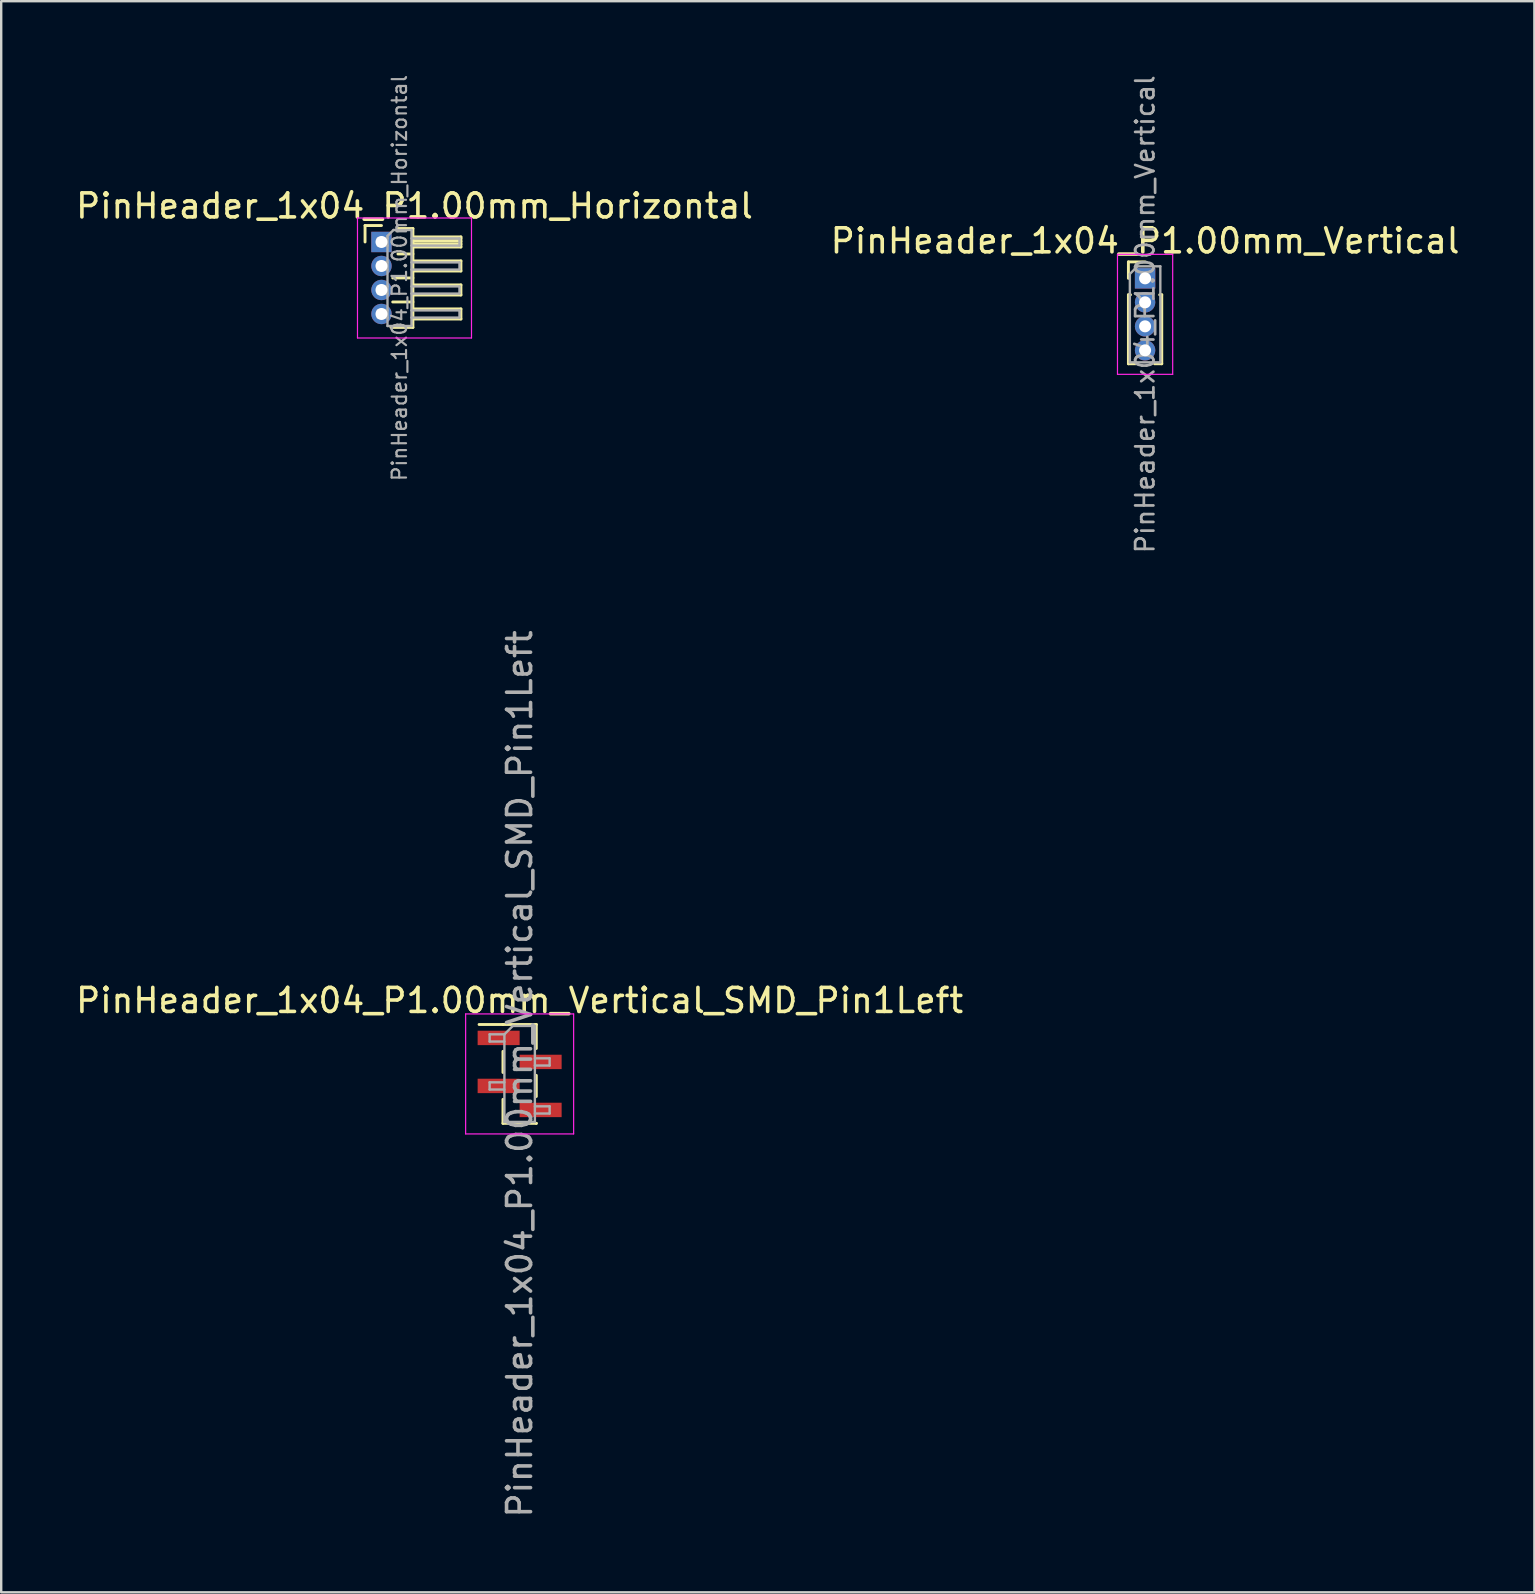
<source format=kicad_pcb>
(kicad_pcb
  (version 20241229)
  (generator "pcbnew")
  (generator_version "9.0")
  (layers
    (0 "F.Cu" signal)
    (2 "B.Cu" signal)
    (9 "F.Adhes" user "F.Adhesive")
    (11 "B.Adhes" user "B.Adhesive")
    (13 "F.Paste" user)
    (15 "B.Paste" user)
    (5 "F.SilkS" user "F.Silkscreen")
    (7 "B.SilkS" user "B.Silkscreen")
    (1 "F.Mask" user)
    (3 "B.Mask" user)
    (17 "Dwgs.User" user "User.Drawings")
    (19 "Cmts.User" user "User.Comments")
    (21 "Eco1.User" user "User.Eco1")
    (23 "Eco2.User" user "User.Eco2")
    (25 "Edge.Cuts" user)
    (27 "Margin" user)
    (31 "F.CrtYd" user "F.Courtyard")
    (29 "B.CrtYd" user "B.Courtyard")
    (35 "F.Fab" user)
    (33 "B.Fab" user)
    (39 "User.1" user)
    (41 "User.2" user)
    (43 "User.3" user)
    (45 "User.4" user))
  (footprint "PinHeader_1x04_P1.00mm_Horizontal"
    (layer "F.Cu")
    (at 12.845 7.032)
    (property "Reference" "PinHeader_1x04_P1.00mm_Horizontal" (at 1.375 -1.5 0) (layer "F.SilkS") (effects (font (size 1 1) (thickness 0.15))))
    (attr through_hole)
    (fp_line (start -0.685 -0.685) (end 0 -0.685) (stroke (width 0.12) (type solid)) (layer "F.SilkS"))
    (fp_line (start -0.685 0) (end -0.685 -0.685) (stroke (width 0.12) (type solid)) (layer "F.SilkS"))
    (fp_line (start 0.468 1.5) (end 1.31 1.5) (stroke (width 0.12) (type solid)) (layer "F.SilkS"))
    (fp_line (start 0.468 2.5) (end 1.31 2.5) (stroke (width 0.12) (type solid)) (layer "F.SilkS"))
    (fp_line (start 0.685 -0.56) (end 1.31 -0.56) (stroke (width 0.12) (type solid)) (layer "F.SilkS"))
    (fp_line (start 0.685 0.5) (end 1.31 0.5) (stroke (width 0.12) (type solid)) (layer "F.SilkS"))
    (fp_line (start 1.31 -0.56) (end 1.31 3.56) (stroke (width 0.12) (type solid)) (layer "F.SilkS"))
    (fp_line (start 1.31 -0.21) (end 3.31 -0.21) (stroke (width 0.12) (type solid)) (layer "F.SilkS"))
    (fp_line (start 1.31 -0.15) (end 3.31 -0.15) (stroke (width 0.12) (type solid)) (layer "F.SilkS"))
    (fp_line (start 1.31 -0.03) (end 3.31 -0.03) (stroke (width 0.12) (type solid)) (layer "F.SilkS"))
    (fp_line (start 1.31 0.09) (end 3.31 0.09) (stroke (width 0.12) (type solid)) (layer "F.SilkS"))
    (fp_line (start 1.31 0.79) (end 3.31 0.79) (stroke (width 0.12) (type solid)) (layer "F.SilkS"))
    (fp_line (start 1.31 1.79) (end 3.31 1.79) (stroke (width 0.12) (type solid)) (layer "F.SilkS"))
    (fp_line (start 1.31 2.79) (end 3.31 2.79) (stroke (width 0.12) (type solid)) (layer "F.SilkS"))
    (fp_line (start 1.31 3.56) (end 0.394 3.56) (stroke (width 0.12) (type solid)) (layer "F.SilkS"))
    (fp_line (start 3.31 -0.21) (end 3.31 0.21) (stroke (width 0.12) (type solid)) (layer "F.SilkS"))
    (fp_line (start 3.31 0.21) (end 1.31 0.21) (stroke (width 0.12) (type solid)) (layer "F.SilkS"))
    (fp_line (start 3.31 0.79) (end 3.31 1.21) (stroke (width 0.12) (type solid)) (layer "F.SilkS"))
    (fp_line (start 3.31 1.21) (end 1.31 1.21) (stroke (width 0.12) (type solid)) (layer "F.SilkS"))
    (fp_line (start 3.31 1.79) (end 3.31 2.21) (stroke (width 0.12) (type solid)) (layer "F.SilkS"))
    (fp_line (start 3.31 2.21) (end 1.31 2.21) (stroke (width 0.12) (type solid)) (layer "F.SilkS"))
    (fp_line (start 3.31 2.79) (end 3.31 3.21) (stroke (width 0.12) (type solid)) (layer "F.SilkS"))
    (fp_line (start 3.31 3.21) (end 1.31 3.21) (stroke (width 0.12) (type solid)) (layer "F.SilkS"))
    (fp_line (start -1 -1) (end -1 4) (stroke (width 0.05) (type solid)) (layer "F.CrtYd"))
    (fp_line (start -1 4) (end 3.75 4) (stroke (width 0.05) (type solid)) (layer "F.CrtYd"))
    (fp_line (start 3.75 -1) (end -1 -1) (stroke (width 0.05) (type solid)) (layer "F.CrtYd"))
    (fp_line (start 3.75 4) (end 3.75 -1) (stroke (width 0.05) (type solid)) (layer "F.CrtYd"))
    (fp_line (start -0.15 -0.15) (end -0.15 0.15) (stroke (width 0.1) (type solid)) (layer "F.Fab"))
    (fp_line (start -0.15 -0.15) (end 0.25 -0.15) (stroke (width 0.1) (type solid)) (layer "F.Fab"))
    (fp_line (start -0.15 0.15) (end 0.25 0.15) (stroke (width 0.1) (type solid)) (layer "F.Fab"))
    (fp_line (start -0.15 0.85) (end -0.15 1.15) (stroke (width 0.1) (type solid)) (layer "F.Fab"))
    (fp_line (start -0.15 0.85) (end 0.25 0.85) (stroke (width 0.1) (type solid)) (layer "F.Fab"))
    (fp_line (start -0.15 1.15) (end 0.25 1.15) (stroke (width 0.1) (type solid)) (layer "F.Fab"))
    (fp_line (start -0.15 1.85) (end -0.15 2.15) (stroke (width 0.1) (type solid)) (layer "F.Fab"))
    (fp_line (start -0.15 1.85) (end 0.25 1.85) (stroke (width 0.1) (type solid)) (layer "F.Fab"))
    (fp_line (start -0.15 2.15) (end 0.25 2.15) (stroke (width 0.1) (type solid)) (layer "F.Fab"))
    (fp_line (start -0.15 2.85) (end -0.15 3.15) (stroke (width 0.1) (type solid)) (layer "F.Fab"))
    (fp_line (start -0.15 2.85) (end 0.25 2.85) (stroke (width 0.1) (type solid)) (layer "F.Fab"))
    (fp_line (start -0.15 3.15) (end 0.25 3.15) (stroke (width 0.1) (type solid)) (layer "F.Fab"))
    (fp_line (start 0.25 -0.25) (end 0.5 -0.5) (stroke (width 0.1) (type solid)) (layer "F.Fab"))
    (fp_line (start 0.25 3.5) (end 0.25 -0.25) (stroke (width 0.1) (type solid)) (layer "F.Fab"))
    (fp_line (start 0.5 -0.5) (end 1.25 -0.5) (stroke (width 0.1) (type solid)) (layer "F.Fab"))
    (fp_line (start 1.25 -0.5) (end 1.25 3.5) (stroke (width 0.1) (type solid)) (layer "F.Fab"))
    (fp_line (start 1.25 -0.15) (end 3.25 -0.15) (stroke (width 0.1) (type solid)) (layer "F.Fab"))
    (fp_line (start 1.25 0.15) (end 3.25 0.15) (stroke (width 0.1) (type solid)) (layer "F.Fab"))
    (fp_line (start 1.25 0.85) (end 3.25 0.85) (stroke (width 0.1) (type solid)) (layer "F.Fab"))
    (fp_line (start 1.25 1.15) (end 3.25 1.15) (stroke (width 0.1) (type solid)) (layer "F.Fab"))
    (fp_line (start 1.25 1.85) (end 3.25 1.85) (stroke (width 0.1) (type solid)) (layer "F.Fab"))
    (fp_line (start 1.25 2.15) (end 3.25 2.15) (stroke (width 0.1) (type solid)) (layer "F.Fab"))
    (fp_line (start 1.25 2.85) (end 3.25 2.85) (stroke (width 0.1) (type solid)) (layer "F.Fab"))
    (fp_line (start 1.25 3.15) (end 3.25 3.15) (stroke (width 0.1) (type solid)) (layer "F.Fab"))
    (fp_line (start 1.25 3.5) (end 0.25 3.5) (stroke (width 0.1) (type solid)) (layer "F.Fab"))
    (fp_line (start 3.25 -0.15) (end 3.25 0.15) (stroke (width 0.1) (type solid)) (layer "F.Fab"))
    (fp_line (start 3.25 0.85) (end 3.25 1.15) (stroke (width 0.1) (type solid)) (layer "F.Fab"))
    (fp_line (start 3.25 1.85) (end 3.25 2.15) (stroke (width 0.1) (type solid)) (layer "F.Fab"))
    (fp_line (start 3.25 2.85) (end 3.25 3.15) (stroke (width 0.1) (type solid)) (layer "F.Fab"))
    (fp_text user "${REFERENCE}" (at 0.75 1.5 90) (layer "F.Fab") (effects (font (size 0.6 0.6) (thickness 0.09))))
    (pad "1" thru_hole rect (at 0 0) (size 0.85 0.85) (drill 0.5) (layers "*.Cu" "*.Mask"))
    (pad "2" thru_hole oval (at 0 1) (size 0.85 0.85) (drill 0.5) (layers "*.Cu" "*.Mask"))
    (pad "3" thru_hole oval (at 0 2) (size 0.85 0.85) (drill 0.5) (layers "*.Cu" "*.Mask"))
    (pad "4" thru_hole oval (at 0 3) (size 0.85 0.85) (drill 0.5) (layers "*.Cu" "*.Mask")))
  (footprint "PinHeader_1x04_P1.00mm_Vertical"
    (layer "F.Cu")
    (at 44.661 8.547)
    (property "Reference" "PinHeader_1x04_P1.00mm_Vertical" (at 0 -1.56 0) (layer "F.SilkS") (effects (font (size 1 1) (thickness 0.15))))
    (attr through_hole)
    (fp_line (start -0.695 -0.685) (end 0 -0.685) (stroke (width 0.12) (type solid)) (layer "F.SilkS"))
    (fp_line (start -0.695 0) (end -0.695 -0.685) (stroke (width 0.12) (type solid)) (layer "F.SilkS"))
    (fp_line (start -0.695 0.685) (end -0.695 3.56) (stroke (width 0.12) (type solid)) (layer "F.SilkS"))
    (fp_line (start -0.695 0.685) (end -0.608 0.685) (stroke (width 0.12) (type solid)) (layer "F.SilkS"))
    (fp_line (start -0.695 3.56) (end -0.394 3.56) (stroke (width 0.12) (type solid)) (layer "F.SilkS"))
    (fp_line (start 0.394 3.56) (end 0.695 3.56) (stroke (width 0.12) (type solid)) (layer "F.SilkS"))
    (fp_line (start 0.608 0.685) (end 0.695 0.685) (stroke (width 0.12) (type solid)) (layer "F.SilkS"))
    (fp_line (start 0.695 0.685) (end 0.695 3.56) (stroke (width 0.12) (type solid)) (layer "F.SilkS"))
    (fp_line (start -1.15 -1) (end -1.15 4) (stroke (width 0.05) (type solid)) (layer "F.CrtYd"))
    (fp_line (start -1.15 4) (end 1.15 4) (stroke (width 0.05) (type solid)) (layer "F.CrtYd"))
    (fp_line (start 1.15 -1) (end -1.15 -1) (stroke (width 0.05) (type solid)) (layer "F.CrtYd"))
    (fp_line (start 1.15 4) (end 1.15 -1) (stroke (width 0.05) (type solid)) (layer "F.CrtYd"))
    (fp_line (start -0.635 -0.182) (end -0.318 -0.5) (stroke (width 0.1) (type solid)) (layer "F.Fab"))
    (fp_line (start -0.635 3.5) (end -0.635 -0.182) (stroke (width 0.1) (type solid)) (layer "F.Fab"))
    (fp_line (start -0.318 -0.5) (end 0.635 -0.5) (stroke (width 0.1) (type solid)) (layer "F.Fab"))
    (fp_line (start 0.635 -0.5) (end 0.635 3.5) (stroke (width 0.1) (type solid)) (layer "F.Fab"))
    (fp_line (start 0.635 3.5) (end -0.635 3.5) (stroke (width 0.1) (type solid)) (layer "F.Fab"))
    (fp_text user "${REFERENCE}" (at 0 1.5 90) (layer "F.Fab") (effects (font (size 0.76 0.76) (thickness 0.114))))
    (pad "1" thru_hole rect (at 0 0) (size 0.85 0.85) (drill 0.5) (layers "*.Cu" "*.Mask"))
    (pad "2" thru_hole oval (at 0 1) (size 0.85 0.85) (drill 0.5) (layers "*.Cu" "*.Mask"))
    (pad "3" thru_hole oval (at 0 2) (size 0.85 0.85) (drill 0.5) (layers "*.Cu" "*.Mask"))
    (pad "4" thru_hole oval (at 0 3) (size 0.85 0.85) (drill 0.5) (layers "*.Cu" "*.Mask")))
  (footprint "PinHeader_1x04_P1.00mm_Vertical_SMD_Pin1Left"
    (layer "F.Cu")
    (at 18.601 41.696)
    (property "Reference" "PinHeader_1x04_P1.00mm_Vertical_SMD_Pin1Left" (at 0 -3.06 0) (layer "F.SilkS") (effects (font (size 1 1) (thickness 0.15))))
    (attr smd)
    (fp_line (start -0.695 -2.06) (end -1.69 -2.06) (stroke (width 0.12) (type solid)) (layer "F.SilkS"))
    (fp_line (start -0.695 -2.06) (end -0.695 -2.06) (stroke (width 0.12) (type solid)) (layer "F.SilkS"))
    (fp_line (start -0.695 -2.06) (end 0.695 -2.06) (stroke (width 0.12) (type solid)) (layer "F.SilkS"))
    (fp_line (start -0.695 -0.94) (end -0.695 -0.06) (stroke (width 0.12) (type solid)) (layer "F.SilkS"))
    (fp_line (start -0.695 1.06) (end -0.695 2.06) (stroke (width 0.12) (type solid)) (layer "F.SilkS"))
    (fp_line (start -0.695 2.06) (end 0.695 2.06) (stroke (width 0.12) (type solid)) (layer "F.SilkS"))
    (fp_line (start 0.695 -2.06) (end 0.695 -1.06) (stroke (width 0.12) (type solid)) (layer "F.SilkS"))
    (fp_line (start 0.695 0.06) (end 0.695 0.94) (stroke (width 0.12) (type solid)) (layer "F.SilkS"))
    (fp_line (start 0.695 2.06) (end 0.695 2.06) (stroke (width 0.12) (type solid)) (layer "F.SilkS"))
    (fp_line (start -2.25 -2.5) (end -2.25 2.5) (stroke (width 0.05) (type solid)) (layer "F.CrtYd"))
    (fp_line (start -2.25 2.5) (end 2.25 2.5) (stroke (width 0.05) (type solid)) (layer "F.CrtYd"))
    (fp_line (start 2.25 -2.5) (end -2.25 -2.5) (stroke (width 0.05) (type solid)) (layer "F.CrtYd"))
    (fp_line (start 2.25 2.5) (end 2.25 -2.5) (stroke (width 0.05) (type solid)) (layer "F.CrtYd"))
    (fp_line (start -1.25 -1.65) (end -1.25 -1.35) (stroke (width 0.1) (type solid)) (layer "F.Fab"))
    (fp_line (start -1.25 -1.35) (end -0.635 -1.35) (stroke (width 0.1) (type solid)) (layer "F.Fab"))
    (fp_line (start -1.25 0.35) (end -1.25 0.65) (stroke (width 0.1) (type solid)) (layer "F.Fab"))
    (fp_line (start -1.25 0.65) (end -0.635 0.65) (stroke (width 0.1) (type solid)) (layer "F.Fab"))
    (fp_line (start -0.635 -1.65) (end -1.25 -1.65) (stroke (width 0.1) (type solid)) (layer "F.Fab"))
    (fp_line (start -0.635 -1.65) (end -0.285 -2) (stroke (width 0.1) (type solid)) (layer "F.Fab"))
    (fp_line (start -0.635 0.35) (end -1.25 0.35) (stroke (width 0.1) (type solid)) (layer "F.Fab"))
    (fp_line (start -0.635 2) (end -0.635 -1.65) (stroke (width 0.1) (type solid)) (layer "F.Fab"))
    (fp_line (start -0.285 -2) (end 0.635 -2) (stroke (width 0.1) (type solid)) (layer "F.Fab"))
    (fp_line (start 0.635 -2) (end 0.635 2) (stroke (width 0.1) (type solid)) (layer "F.Fab"))
    (fp_line (start 0.635 -0.65) (end 1.25 -0.65) (stroke (width 0.1) (type solid)) (layer "F.Fab"))
    (fp_line (start 0.635 1.35) (end 1.25 1.35) (stroke (width 0.1) (type solid)) (layer "F.Fab"))
    (fp_line (start 0.635 2) (end -0.635 2) (stroke (width 0.1) (type solid)) (layer "F.Fab"))
    (fp_line (start 1.25 -0.65) (end 1.25 -0.35) (stroke (width 0.1) (type solid)) (layer "F.Fab"))
    (fp_line (start 1.25 -0.35) (end 0.635 -0.35) (stroke (width 0.1) (type solid)) (layer "F.Fab"))
    (fp_line (start 1.25 1.35) (end 1.25 1.65) (stroke (width 0.1) (type solid)) (layer "F.Fab"))
    (fp_line (start 1.25 1.65) (end 0.635 1.65) (stroke (width 0.1) (type solid)) (layer "F.Fab"))
    (fp_text user "${REFERENCE}" (at 0 0 90) (layer "F.Fab") (effects (font (size 1 1) (thickness 0.15))))
    (pad "1" smd rect (at -0.875 -1.5) (size 1.75 0.6) (layers "F.Cu" "F.Mask" "F.Paste"))
    (pad "2" smd rect (at 0.875 -0.5) (size 1.75 0.6) (layers "F.Cu" "F.Mask" "F.Paste"))
    (pad "3" smd rect (at -0.875 0.5) (size 1.75 0.6) (layers "F.Cu" "F.Mask" "F.Paste"))
    (pad "4" smd rect (at 0.875 1.5) (size 1.75 0.6) (layers "F.Cu" "F.Mask" "F.Paste")))
  (gr_rect
    (start -3 -3)
    (end 60.881 63.297)
    (stroke (width 0.1) (type default))
    (fill no)
    (layer "Edge.Cuts")))
</source>
